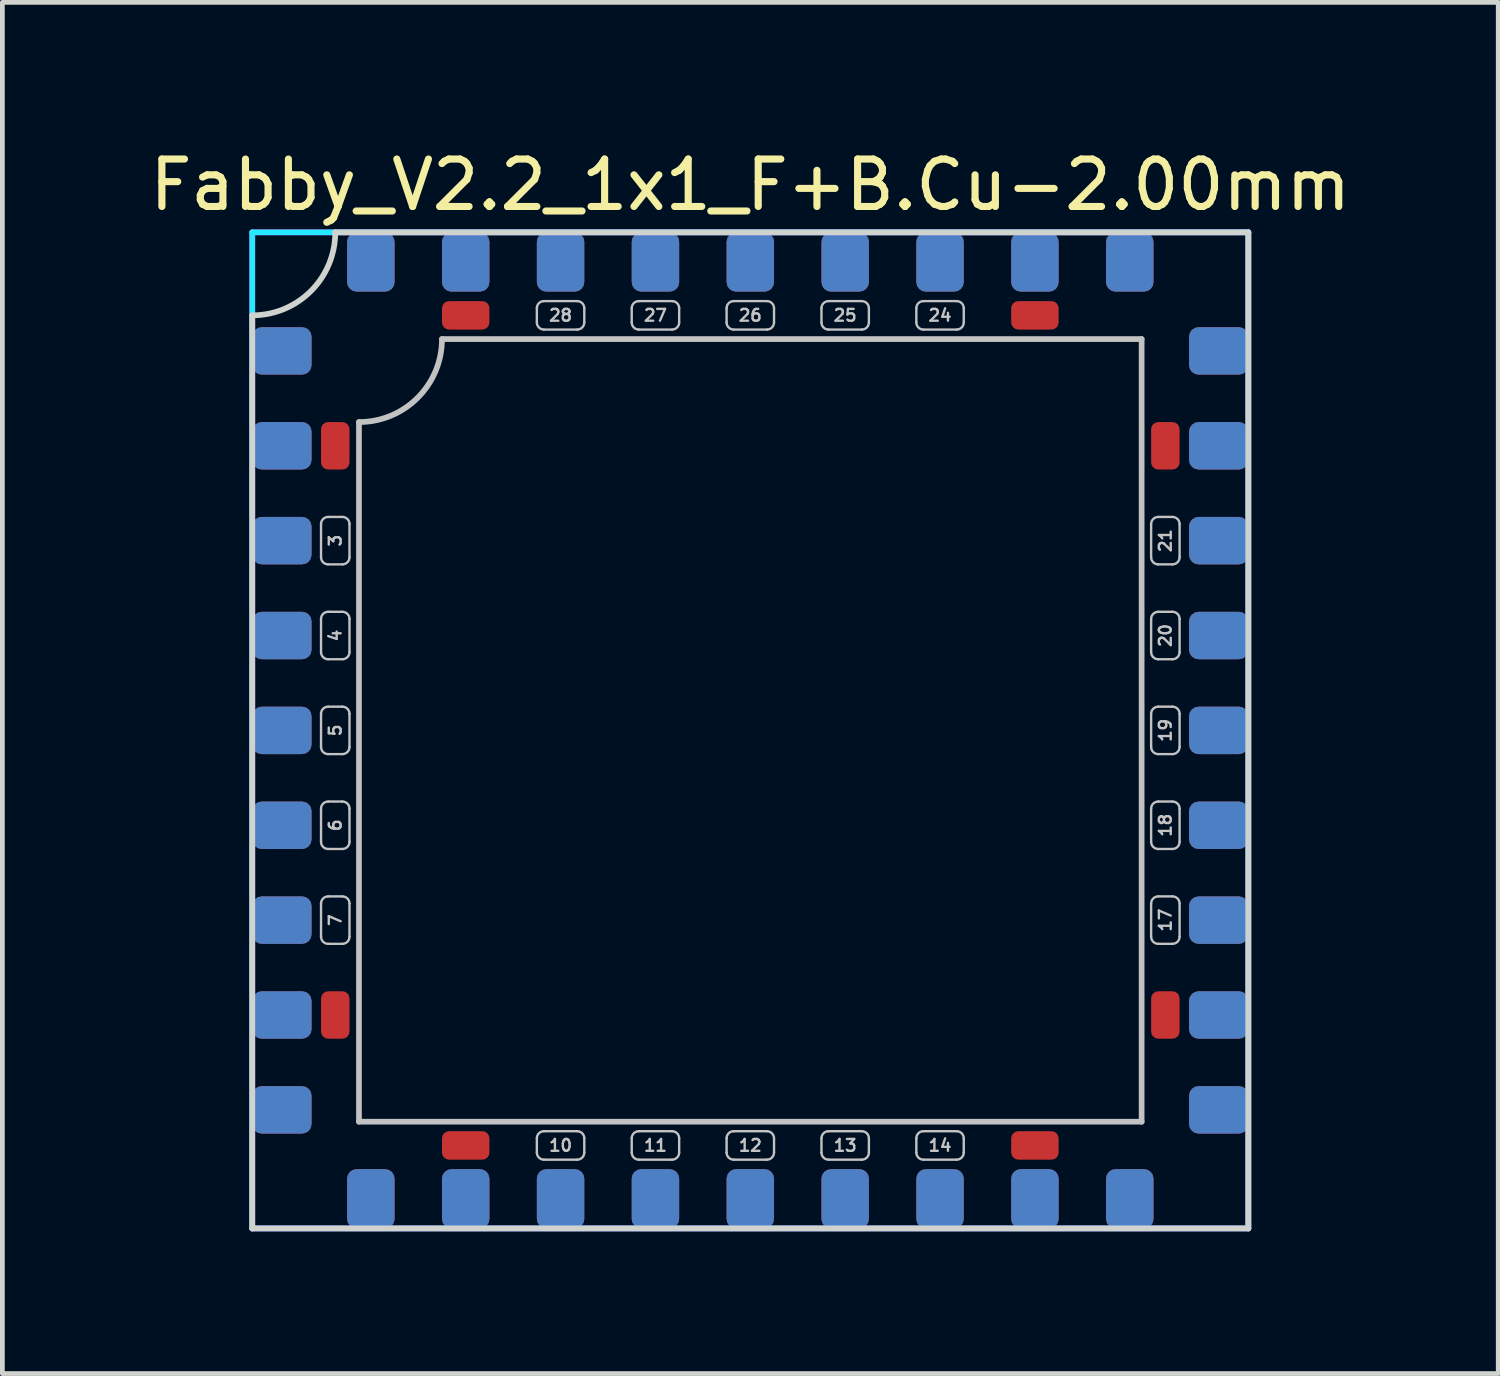
<source format=kicad_pcb>
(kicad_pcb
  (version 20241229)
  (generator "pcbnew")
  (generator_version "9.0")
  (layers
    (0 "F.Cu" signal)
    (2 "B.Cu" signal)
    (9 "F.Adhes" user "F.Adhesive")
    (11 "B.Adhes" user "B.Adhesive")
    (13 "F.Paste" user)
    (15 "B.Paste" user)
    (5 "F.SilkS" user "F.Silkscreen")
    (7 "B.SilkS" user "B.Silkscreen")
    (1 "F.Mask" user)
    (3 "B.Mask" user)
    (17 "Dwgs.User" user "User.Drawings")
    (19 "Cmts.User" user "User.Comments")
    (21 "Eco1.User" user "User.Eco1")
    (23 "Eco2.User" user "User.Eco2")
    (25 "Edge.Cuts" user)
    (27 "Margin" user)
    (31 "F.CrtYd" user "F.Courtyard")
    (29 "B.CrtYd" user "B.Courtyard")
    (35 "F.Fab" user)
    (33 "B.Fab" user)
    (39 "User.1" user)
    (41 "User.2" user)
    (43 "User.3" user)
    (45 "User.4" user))
  (footprint "Fabby_V2.2_1x1_F+B.Cu-2.00mm"
    (layer "F.Cu")
    (at 12.768 12.348)
    (property "Reference" "Fabby_V2.2_1x1_F+B.Cu-2.00mm" (at 0 -11.5 0) (layer "F.SilkS") (effects (font (size 1 1) (thickness 0.15))))
    (attr through_hole)
    (fp_line (start -9.05 -3.65) (end -9.05 -4.35) (stroke (width 0.05) (type solid)) (layer "Dwgs.User"))
    (fp_line (start -9.05 -1.65) (end -9.05 -2.35) (stroke (width 0.05) (type solid)) (layer "Dwgs.User"))
    (fp_line (start -9.05 0.35) (end -9.05 -0.35) (stroke (width 0.05) (type solid)) (layer "Dwgs.User"))
    (fp_line (start -9.05 2.35) (end -9.05 1.65) (stroke (width 0.05) (type solid)) (layer "Dwgs.User"))
    (fp_line (start -9.05 4.35) (end -9.05 3.65) (stroke (width 0.05) (type solid)) (layer "Dwgs.User"))
    (fp_line (start -8.9 -4.5) (end -8.6 -4.5) (stroke (width 0.05) (type solid)) (layer "Dwgs.User"))
    (fp_line (start -8.9 -3.5) (end -8.6 -3.5) (stroke (width 0.05) (type solid)) (layer "Dwgs.User"))
    (fp_line (start -8.9 -2.5) (end -8.6 -2.5) (stroke (width 0.05) (type solid)) (layer "Dwgs.User"))
    (fp_line (start -8.9 -1.5) (end -8.6 -1.5) (stroke (width 0.05) (type solid)) (layer "Dwgs.User"))
    (fp_line (start -8.9 -0.5) (end -8.6 -0.5) (stroke (width 0.05) (type solid)) (layer "Dwgs.User"))
    (fp_line (start -8.9 0.5) (end -8.6 0.5) (stroke (width 0.05) (type solid)) (layer "Dwgs.User"))
    (fp_line (start -8.9 1.5) (end -8.6 1.5) (stroke (width 0.05) (type solid)) (layer "Dwgs.User"))
    (fp_line (start -8.9 2.5) (end -8.6 2.5) (stroke (width 0.05) (type solid)) (layer "Dwgs.User"))
    (fp_line (start -8.9 3.5) (end -8.6 3.5) (stroke (width 0.05) (type solid)) (layer "Dwgs.User"))
    (fp_line (start -8.9 4.5) (end -8.6 4.5) (stroke (width 0.05) (type solid)) (layer "Dwgs.User"))
    (fp_line (start -8.45 -3.65) (end -8.45 -4.35) (stroke (width 0.05) (type solid)) (layer "Dwgs.User"))
    (fp_line (start -8.45 -1.65) (end -8.45 -2.35) (stroke (width 0.05) (type solid)) (layer "Dwgs.User"))
    (fp_line (start -8.45 0.35) (end -8.45 -0.35) (stroke (width 0.05) (type solid)) (layer "Dwgs.User"))
    (fp_line (start -8.45 2.35) (end -8.45 1.65) (stroke (width 0.05) (type solid)) (layer "Dwgs.User"))
    (fp_line (start -8.45 4.35) (end -8.45 3.65) (stroke (width 0.05) (type solid)) (layer "Dwgs.User"))
    (fp_line (start -8.25 8.25) (end -8.25 -6.5) (stroke (width 0.12) (type solid)) (layer "Dwgs.User"))
    (fp_line (start -6.5 -8.25) (end 8.25 -8.25) (stroke (width 0.12) (type solid)) (layer "Dwgs.User"))
    (fp_line (start -4.5 -8.9) (end -4.5 -8.6) (stroke (width 0.05) (type solid)) (layer "Dwgs.User"))
    (fp_line (start -4.5 8.6) (end -4.5 8.9) (stroke (width 0.05) (type solid)) (layer "Dwgs.User"))
    (fp_line (start -4.35 -9.05) (end -3.65 -9.05) (stroke (width 0.05) (type solid)) (layer "Dwgs.User"))
    (fp_line (start -4.35 -8.45) (end -3.65 -8.45) (stroke (width 0.05) (type solid)) (layer "Dwgs.User"))
    (fp_line (start -4.35 8.45) (end -3.65 8.45) (stroke (width 0.05) (type solid)) (layer "Dwgs.User"))
    (fp_line (start -4.35 9.05) (end -3.65 9.05) (stroke (width 0.05) (type solid)) (layer "Dwgs.User"))
    (fp_line (start -3.5 -8.9) (end -3.5 -8.6) (stroke (width 0.05) (type solid)) (layer "Dwgs.User"))
    (fp_line (start -3.5 8.6) (end -3.5 8.9) (stroke (width 0.05) (type solid)) (layer "Dwgs.User"))
    (fp_line (start -2.5 -8.9) (end -2.5 -8.6) (stroke (width 0.05) (type solid)) (layer "Dwgs.User"))
    (fp_line (start -2.5 8.6) (end -2.5 8.9) (stroke (width 0.05) (type solid)) (layer "Dwgs.User"))
    (fp_line (start -2.35 -9.05) (end -1.65 -9.05) (stroke (width 0.05) (type solid)) (layer "Dwgs.User"))
    (fp_line (start -2.35 -8.45) (end -1.65 -8.45) (stroke (width 0.05) (type solid)) (layer "Dwgs.User"))
    (fp_line (start -2.35 8.45) (end -1.65 8.45) (stroke (width 0.05) (type solid)) (layer "Dwgs.User"))
    (fp_line (start -2.35 9.05) (end -1.65 9.05) (stroke (width 0.05) (type solid)) (layer "Dwgs.User"))
    (fp_line (start -1.5 -8.9) (end -1.5 -8.6) (stroke (width 0.05) (type solid)) (layer "Dwgs.User"))
    (fp_line (start -1.5 8.6) (end -1.5 8.9) (stroke (width 0.05) (type solid)) (layer "Dwgs.User"))
    (fp_line (start -0.5 -8.9) (end -0.5 -8.6) (stroke (width 0.05) (type solid)) (layer "Dwgs.User"))
    (fp_line (start -0.5 8.6) (end -0.5 8.9) (stroke (width 0.05) (type solid)) (layer "Dwgs.User"))
    (fp_line (start -0.35 -9.05) (end 0.35 -9.05) (stroke (width 0.05) (type solid)) (layer "Dwgs.User"))
    (fp_line (start -0.35 -8.45) (end 0.35 -8.45) (stroke (width 0.05) (type solid)) (layer "Dwgs.User"))
    (fp_line (start -0.35 8.45) (end 0.35 8.45) (stroke (width 0.05) (type solid)) (layer "Dwgs.User"))
    (fp_line (start -0.35 9.05) (end 0.35 9.05) (stroke (width 0.05) (type solid)) (layer "Dwgs.User"))
    (fp_line (start 0.5 -8.9) (end 0.5 -8.6) (stroke (width 0.05) (type solid)) (layer "Dwgs.User"))
    (fp_line (start 0.5 8.6) (end 0.5 8.9) (stroke (width 0.05) (type solid)) (layer "Dwgs.User"))
    (fp_line (start 1.5 -8.9) (end 1.5 -8.6) (stroke (width 0.05) (type solid)) (layer "Dwgs.User"))
    (fp_line (start 1.5 8.6) (end 1.5 8.9) (stroke (width 0.05) (type solid)) (layer "Dwgs.User"))
    (fp_line (start 1.65 -9.05) (end 2.35 -9.05) (stroke (width 0.05) (type solid)) (layer "Dwgs.User"))
    (fp_line (start 1.65 -8.45) (end 2.35 -8.45) (stroke (width 0.05) (type solid)) (layer "Dwgs.User"))
    (fp_line (start 1.65 8.45) (end 2.35 8.45) (stroke (width 0.05) (type solid)) (layer "Dwgs.User"))
    (fp_line (start 1.65 9.05) (end 2.35 9.05) (stroke (width 0.05) (type solid)) (layer "Dwgs.User"))
    (fp_line (start 2.5 -8.9) (end 2.5 -8.6) (stroke (width 0.05) (type solid)) (layer "Dwgs.User"))
    (fp_line (start 2.5 8.6) (end 2.5 8.9) (stroke (width 0.05) (type solid)) (layer "Dwgs.User"))
    (fp_line (start 3.5 -8.9) (end 3.5 -8.6) (stroke (width 0.05) (type solid)) (layer "Dwgs.User"))
    (fp_line (start 3.5 8.6) (end 3.5 8.9) (stroke (width 0.05) (type solid)) (layer "Dwgs.User"))
    (fp_line (start 3.65 -9.05) (end 4.35 -9.05) (stroke (width 0.05) (type solid)) (layer "Dwgs.User"))
    (fp_line (start 3.65 -8.45) (end 4.35 -8.45) (stroke (width 0.05) (type solid)) (layer "Dwgs.User"))
    (fp_line (start 3.65 8.45) (end 4.35 8.45) (stroke (width 0.05) (type solid)) (layer "Dwgs.User"))
    (fp_line (start 3.65 9.05) (end 4.35 9.05) (stroke (width 0.05) (type solid)) (layer "Dwgs.User"))
    (fp_line (start 4.5 -8.9) (end 4.5 -8.6) (stroke (width 0.05) (type solid)) (layer "Dwgs.User"))
    (fp_line (start 4.5 8.6) (end 4.5 8.9) (stroke (width 0.05) (type solid)) (layer "Dwgs.User"))
    (fp_line (start 8.25 -8.25) (end 8.25 8.25) (stroke (width 0.12) (type solid)) (layer "Dwgs.User"))
    (fp_line (start 8.25 8.25) (end -8.25 8.25) (stroke (width 0.12) (type solid)) (layer "Dwgs.User"))
    (fp_line (start 8.45 -4.35) (end 8.45 -3.65) (stroke (width 0.05) (type solid)) (layer "Dwgs.User"))
    (fp_line (start 8.45 -2.35) (end 8.45 -1.65) (stroke (width 0.05) (type solid)) (layer "Dwgs.User"))
    (fp_line (start 8.45 -0.35) (end 8.45 0.35) (stroke (width 0.05) (type solid)) (layer "Dwgs.User"))
    (fp_line (start 8.45 1.65) (end 8.45 2.35) (stroke (width 0.05) (type solid)) (layer "Dwgs.User"))
    (fp_line (start 8.45 3.65) (end 8.45 4.35) (stroke (width 0.05) (type solid)) (layer "Dwgs.User"))
    (fp_line (start 8.9 -4.5) (end 8.6 -4.5) (stroke (width 0.05) (type solid)) (layer "Dwgs.User"))
    (fp_line (start 8.9 -3.5) (end 8.6 -3.5) (stroke (width 0.05) (type solid)) (layer "Dwgs.User"))
    (fp_line (start 8.9 -2.5) (end 8.6 -2.5) (stroke (width 0.05) (type solid)) (layer "Dwgs.User"))
    (fp_line (start 8.9 -1.5) (end 8.6 -1.5) (stroke (width 0.05) (type solid)) (layer "Dwgs.User"))
    (fp_line (start 8.9 -0.5) (end 8.6 -0.5) (stroke (width 0.05) (type solid)) (layer "Dwgs.User"))
    (fp_line (start 8.9 0.5) (end 8.6 0.5) (stroke (width 0.05) (type solid)) (layer "Dwgs.User"))
    (fp_line (start 8.9 1.5) (end 8.6 1.5) (stroke (width 0.05) (type solid)) (layer "Dwgs.User"))
    (fp_line (start 8.9 2.5) (end 8.6 2.5) (stroke (width 0.05) (type solid)) (layer "Dwgs.User"))
    (fp_line (start 8.9 3.5) (end 8.6 3.5) (stroke (width 0.05) (type solid)) (layer "Dwgs.User"))
    (fp_line (start 8.9 4.5) (end 8.6 4.5) (stroke (width 0.05) (type solid)) (layer "Dwgs.User"))
    (fp_line (start 9.05 -4.35) (end 9.05 -3.65) (stroke (width 0.05) (type solid)) (layer "Dwgs.User"))
    (fp_line (start 9.05 -2.35) (end 9.05 -1.65) (stroke (width 0.05) (type solid)) (layer "Dwgs.User"))
    (fp_line (start 9.05 -0.35) (end 9.05 0.35) (stroke (width 0.05) (type solid)) (layer "Dwgs.User"))
    (fp_line (start 9.05 1.65) (end 9.05 2.35) (stroke (width 0.05) (type solid)) (layer "Dwgs.User"))
    (fp_line (start 9.05 3.65) (end 9.05 4.35) (stroke (width 0.05) (type solid)) (layer "Dwgs.User"))
    (fp_arc (start -9.05 -4.35) (mid -9.006066 -4.456066) (end -8.9 -4.5) (stroke (width 0.05) (type solid)) (layer "Dwgs.User"))
    (fp_arc (start -9.05 -2.35) (mid -9.006066 -2.456066) (end -8.9 -2.5) (stroke (width 0.05) (type solid)) (layer "Dwgs.User"))
    (fp_arc (start -9.05 -0.35) (mid -9.006066 -0.456066) (end -8.9 -0.5) (stroke (width 0.05) (type solid)) (layer "Dwgs.User"))
    (fp_arc (start -9.05 1.65) (mid -9.006066 1.543934) (end -8.9 1.5) (stroke (width 0.05) (type solid)) (layer "Dwgs.User"))
    (fp_arc (start -9.05 3.65) (mid -9.006066 3.543934) (end -8.9 3.5) (stroke (width 0.05) (type solid)) (layer "Dwgs.User"))
    (fp_arc (start -8.9 -3.5) (mid -9.006066 -3.543934) (end -9.05 -3.65) (stroke (width 0.05) (type solid)) (layer "Dwgs.User"))
    (fp_arc (start -8.9 -1.5) (mid -9.006066 -1.543934) (end -9.05 -1.65) (stroke (width 0.05) (type solid)) (layer "Dwgs.User"))
    (fp_arc (start -8.9 0.5) (mid -9.006066 0.456066) (end -9.05 0.35) (stroke (width 0.05) (type solid)) (layer "Dwgs.User"))
    (fp_arc (start -8.9 2.5) (mid -9.006066 2.456066) (end -9.05 2.35) (stroke (width 0.05) (type solid)) (layer "Dwgs.User"))
    (fp_arc (start -8.9 4.5) (mid -9.006066 4.456066) (end -9.05 4.35) (stroke (width 0.05) (type solid)) (layer "Dwgs.User"))
    (fp_arc (start -8.6 -4.5) (mid -8.493934 -4.456066) (end -8.45 -4.35) (stroke (width 0.05) (type solid)) (layer "Dwgs.User"))
    (fp_arc (start -8.6 -2.5) (mid -8.493934 -2.456066) (end -8.45 -2.35) (stroke (width 0.05) (type solid)) (layer "Dwgs.User"))
    (fp_arc (start -8.6 -0.5) (mid -8.493934 -0.456066) (end -8.45 -0.35) (stroke (width 0.05) (type solid)) (layer "Dwgs.User"))
    (fp_arc (start -8.6 1.5) (mid -8.493934 1.543934) (end -8.45 1.65) (stroke (width 0.05) (type solid)) (layer "Dwgs.User"))
    (fp_arc (start -8.6 3.5) (mid -8.493934 3.543934) (end -8.45 3.65) (stroke (width 0.05) (type solid)) (layer "Dwgs.User"))
    (fp_arc (start -8.45 -3.65) (mid -8.493934 -3.543934) (end -8.6 -3.5) (stroke (width 0.05) (type solid)) (layer "Dwgs.User"))
    (fp_arc (start -8.45 -1.65) (mid -8.493934 -1.543934) (end -8.6 -1.5) (stroke (width 0.05) (type solid)) (layer "Dwgs.User"))
    (fp_arc (start -8.45 0.35) (mid -8.493934 0.456066) (end -8.6 0.5) (stroke (width 0.05) (type solid)) (layer "Dwgs.User"))
    (fp_arc (start -8.45 2.35) (mid -8.493934 2.456066) (end -8.6 2.5) (stroke (width 0.05) (type solid)) (layer "Dwgs.User"))
    (fp_arc (start -8.45 4.35) (mid -8.493934 4.456066) (end -8.6 4.5) (stroke (width 0.05) (type solid)) (layer "Dwgs.User"))
    (fp_arc (start -6.5 -8.25) (mid -7.012563 -7.012563) (end -8.25 -6.5) (stroke (width 0.12) (type solid)) (layer "Dwgs.User"))
    (fp_arc (start -4.5 -8.9) (mid -4.456066 -9.006066) (end -4.35 -9.05) (stroke (width 0.05) (type solid)) (layer "Dwgs.User"))
    (fp_arc (start -4.5 8.6) (mid -4.456066 8.493934) (end -4.35 8.45) (stroke (width 0.05) (type solid)) (layer "Dwgs.User"))
    (fp_arc (start -4.35 -8.45) (mid -4.456066 -8.493934) (end -4.5 -8.6) (stroke (width 0.05) (type solid)) (layer "Dwgs.User"))
    (fp_arc (start -4.35 9.05) (mid -4.456066 9.006066) (end -4.5 8.9) (stroke (width 0.05) (type solid)) (layer "Dwgs.User"))
    (fp_arc (start -3.65 -9.05) (mid -3.543934 -9.006066) (end -3.5 -8.9) (stroke (width 0.05) (type solid)) (layer "Dwgs.User"))
    (fp_arc (start -3.65 8.45) (mid -3.543934 8.493934) (end -3.5 8.6) (stroke (width 0.05) (type solid)) (layer "Dwgs.User"))
    (fp_arc (start -3.5 -8.6) (mid -3.543934 -8.493934) (end -3.65 -8.45) (stroke (width 0.05) (type solid)) (layer "Dwgs.User"))
    (fp_arc (start -3.5 8.9) (mid -3.543934 9.006066) (end -3.65 9.05) (stroke (width 0.05) (type solid)) (layer "Dwgs.User"))
    (fp_arc (start -2.5 -8.9) (mid -2.456066 -9.006066) (end -2.35 -9.05) (stroke (width 0.05) (type solid)) (layer "Dwgs.User"))
    (fp_arc (start -2.5 8.6) (mid -2.456066 8.493934) (end -2.35 8.45) (stroke (width 0.05) (type solid)) (layer "Dwgs.User"))
    (fp_arc (start -2.35 -8.45) (mid -2.456066 -8.493934) (end -2.5 -8.6) (stroke (width 0.05) (type solid)) (layer "Dwgs.User"))
    (fp_arc (start -2.35 9.05) (mid -2.456066 9.006066) (end -2.5 8.9) (stroke (width 0.05) (type solid)) (layer "Dwgs.User"))
    (fp_arc (start -1.65 -9.05) (mid -1.543934 -9.006066) (end -1.5 -8.9) (stroke (width 0.05) (type solid)) (layer "Dwgs.User"))
    (fp_arc (start -1.65 8.45) (mid -1.543934 8.493934) (end -1.5 8.6) (stroke (width 0.05) (type solid)) (layer "Dwgs.User"))
    (fp_arc (start -1.5 -8.6) (mid -1.543934 -8.493934) (end -1.65 -8.45) (stroke (width 0.05) (type solid)) (layer "Dwgs.User"))
    (fp_arc (start -1.5 8.9) (mid -1.543934 9.006066) (end -1.65 9.05) (stroke (width 0.05) (type solid)) (layer "Dwgs.User"))
    (fp_arc (start -0.5 -8.9) (mid -0.456066 -9.006066) (end -0.35 -9.05) (stroke (width 0.05) (type solid)) (layer "Dwgs.User"))
    (fp_arc (start -0.5 8.6) (mid -0.456066 8.493934) (end -0.35 8.45) (stroke (width 0.05) (type solid)) (layer "Dwgs.User"))
    (fp_arc (start -0.35 -8.45) (mid -0.456066 -8.493934) (end -0.5 -8.6) (stroke (width 0.05) (type solid)) (layer "Dwgs.User"))
    (fp_arc (start -0.35 9.05) (mid -0.456066 9.006066) (end -0.5 8.9) (stroke (width 0.05) (type solid)) (layer "Dwgs.User"))
    (fp_arc (start 0.35 -9.05) (mid 0.456066 -9.006066) (end 0.5 -8.9) (stroke (width 0.05) (type solid)) (layer "Dwgs.User"))
    (fp_arc (start 0.35 8.45) (mid 0.456066 8.493934) (end 0.5 8.6) (stroke (width 0.05) (type solid)) (layer "Dwgs.User"))
    (fp_arc (start 0.5 -8.6) (mid 0.456066 -8.493934) (end 0.35 -8.45) (stroke (width 0.05) (type solid)) (layer "Dwgs.User"))
    (fp_arc (start 0.5 8.9) (mid 0.456066 9.006066) (end 0.35 9.05) (stroke (width 0.05) (type solid)) (layer "Dwgs.User"))
    (fp_arc (start 1.5 -8.9) (mid 1.543934 -9.006066) (end 1.65 -9.05) (stroke (width 0.05) (type solid)) (layer "Dwgs.User"))
    (fp_arc (start 1.5 8.6) (mid 1.543934 8.493934) (end 1.65 8.45) (stroke (width 0.05) (type solid)) (layer "Dwgs.User"))
    (fp_arc (start 1.65 -8.45) (mid 1.543934 -8.493934) (end 1.5 -8.6) (stroke (width 0.05) (type solid)) (layer "Dwgs.User"))
    (fp_arc (start 1.65 9.05) (mid 1.543934 9.006066) (end 1.5 8.9) (stroke (width 0.05) (type solid)) (layer "Dwgs.User"))
    (fp_arc (start 2.35 -9.05) (mid 2.456066 -9.006066) (end 2.5 -8.9) (stroke (width 0.05) (type solid)) (layer "Dwgs.User"))
    (fp_arc (start 2.35 8.45) (mid 2.456066 8.493934) (end 2.5 8.6) (stroke (width 0.05) (type solid)) (layer "Dwgs.User"))
    (fp_arc (start 2.5 -8.6) (mid 2.456066 -8.493934) (end 2.35 -8.45) (stroke (width 0.05) (type solid)) (layer "Dwgs.User"))
    (fp_arc (start 2.5 8.9) (mid 2.456066 9.006066) (end 2.35 9.05) (stroke (width 0.05) (type solid)) (layer "Dwgs.User"))
    (fp_arc (start 3.5 -8.9) (mid 3.543934 -9.006066) (end 3.65 -9.05) (stroke (width 0.05) (type solid)) (layer "Dwgs.User"))
    (fp_arc (start 3.5 8.6) (mid 3.543934 8.493934) (end 3.65 8.45) (stroke (width 0.05) (type solid)) (layer "Dwgs.User"))
    (fp_arc (start 3.65 -8.45) (mid 3.543934 -8.493934) (end 3.5 -8.6) (stroke (width 0.05) (type solid)) (layer "Dwgs.User"))
    (fp_arc (start 3.65 9.05) (mid 3.543934 9.006066) (end 3.5 8.9) (stroke (width 0.05) (type solid)) (layer "Dwgs.User"))
    (fp_arc (start 4.35 -9.05) (mid 4.456066 -9.006066) (end 4.5 -8.9) (stroke (width 0.05) (type solid)) (layer "Dwgs.User"))
    (fp_arc (start 4.35 8.45) (mid 4.456066 8.493934) (end 4.5 8.6) (stroke (width 0.05) (type solid)) (layer "Dwgs.User"))
    (fp_arc (start 4.5 -8.6) (mid 4.456066 -8.493934) (end 4.35 -8.45) (stroke (width 0.05) (type solid)) (layer "Dwgs.User"))
    (fp_arc (start 4.5 8.9) (mid 4.456066 9.006066) (end 4.35 9.05) (stroke (width 0.05) (type solid)) (layer "Dwgs.User"))
    (fp_arc (start 8.45 -4.35) (mid 8.493934 -4.456066) (end 8.6 -4.5) (stroke (width 0.05) (type solid)) (layer "Dwgs.User"))
    (fp_arc (start 8.45 -2.35) (mid 8.493934 -2.456066) (end 8.6 -2.5) (stroke (width 0.05) (type solid)) (layer "Dwgs.User"))
    (fp_arc (start 8.45 -0.35) (mid 8.493934 -0.456066) (end 8.6 -0.5) (stroke (width 0.05) (type solid)) (layer "Dwgs.User"))
    (fp_arc (start 8.45 1.65) (mid 8.493934 1.543934) (end 8.6 1.5) (stroke (width 0.05) (type solid)) (layer "Dwgs.User"))
    (fp_arc (start 8.45 3.65) (mid 8.493934 3.543934) (end 8.6 3.5) (stroke (width 0.05) (type solid)) (layer "Dwgs.User"))
    (fp_arc (start 8.6 -3.5) (mid 8.493934 -3.543934) (end 8.45 -3.65) (stroke (width 0.05) (type solid)) (layer "Dwgs.User"))
    (fp_arc (start 8.6 -1.5) (mid 8.493934 -1.543934) (end 8.45 -1.65) (stroke (width 0.05) (type solid)) (layer "Dwgs.User"))
    (fp_arc (start 8.6 0.5) (mid 8.493934 0.456066) (end 8.45 0.35) (stroke (width 0.05) (type solid)) (layer "Dwgs.User"))
    (fp_arc (start 8.6 2.5) (mid 8.493934 2.456066) (end 8.45 2.35) (stroke (width 0.05) (type solid)) (layer "Dwgs.User"))
    (fp_arc (start 8.6 4.5) (mid 8.493934 4.456066) (end 8.45 4.35) (stroke (width 0.05) (type solid)) (layer "Dwgs.User"))
    (fp_arc (start 8.9 -4.5) (mid 9.006066 -4.456066) (end 9.05 -4.35) (stroke (width 0.05) (type solid)) (layer "Dwgs.User"))
    (fp_arc (start 8.9 -2.5) (mid 9.006066 -2.456066) (end 9.05 -2.35) (stroke (width 0.05) (type solid)) (layer "Dwgs.User"))
    (fp_arc (start 8.9 -0.5) (mid 9.006066 -0.456066) (end 9.05 -0.35) (stroke (width 0.05) (type solid)) (layer "Dwgs.User"))
    (fp_arc (start 8.9 1.5) (mid 9.006066 1.543934) (end 9.05 1.65) (stroke (width 0.05) (type solid)) (layer "Dwgs.User"))
    (fp_arc (start 8.9 3.5) (mid 9.006066 3.543934) (end 9.05 3.65) (stroke (width 0.05) (type solid)) (layer "Dwgs.User"))
    (fp_arc (start 9.05 -3.65) (mid 9.006066 -3.543934) (end 8.9 -3.5) (stroke (width 0.05) (type solid)) (layer "Dwgs.User"))
    (fp_arc (start 9.05 -1.65) (mid 9.006066 -1.543934) (end 8.9 -1.5) (stroke (width 0.05) (type solid)) (layer "Dwgs.User"))
    (fp_arc (start 9.05 0.35) (mid 9.006066 0.456066) (end 8.9 0.5) (stroke (width 0.05) (type solid)) (layer "Dwgs.User"))
    (fp_arc (start 9.05 2.35) (mid 9.006066 2.456066) (end 8.9 2.5) (stroke (width 0.05) (type solid)) (layer "Dwgs.User"))
    (fp_arc (start 9.05 4.35) (mid 9.006066 4.456066) (end 8.9 4.5) (stroke (width 0.05) (type solid)) (layer "Dwgs.User"))
    (fp_line (start -10.5 -8.75) (end -10.5 10.5) (stroke (width 0.12) (type solid)) (layer "Edge.Cuts"))
    (fp_line (start -10.5 10.5) (end 10.5 10.5) (stroke (width 0.12) (type solid)) (layer "Edge.Cuts"))
    (fp_line (start -8.75 -10.5) (end 10.5 -10.5) (stroke (width 0.12) (type solid)) (layer "Edge.Cuts"))
    (fp_line (start 10.5 -10.5) (end 10.5 10.5) (stroke (width 0.12) (type solid)) (layer "Edge.Cuts"))
    (fp_arc (start -8.75 -10.5) (mid -9.262563 -9.262563) (end -10.5 -8.75) (stroke (width 0.12) (type solid)) (layer "Edge.Cuts"))
    (fp_line (start -10.5 -10.5) (end 10.5 -10.5) (stroke (width 0.12) (type solid)) (layer "B.CrtYd"))
    (fp_line (start -10.5 10.5) (end -10.5 -10.5) (stroke (width 0.12) (type solid)) (layer "B.CrtYd"))
    (fp_line (start -10.5 10.5) (end 10.5 10.5) (stroke (width 0.12) (type solid)) (layer "B.CrtYd"))
    (fp_line (start 10.5 10.5) (end 10.5 -10.5) (stroke (width 0.12) (type solid)) (layer "B.CrtYd"))
    (fp_line (start -10.5 -10.5) (end 10.5 -10.5) (stroke (width 0.12) (type solid)) (layer "F.CrtYd"))
    (fp_line (start -10.5 10.5) (end -10.5 -10.5) (stroke (width 0.12) (type solid)) (layer "F.CrtYd"))
    (fp_line (start -10.5 10.5) (end 10.5 10.5) (stroke (width 0.12) (type solid)) (layer "F.CrtYd"))
    (fp_line (start 10.5 10.5) (end 10.5 -10.5) (stroke (width 0.12) (type solid)) (layer "F.CrtYd"))
    (fp_text user "4" (at -8.75 -2 90) (layer "Dwgs.User") (effects (font (size 0.25 0.25) (thickness 0.05))))
    (fp_text user "13" (at 2 8.75 0) (layer "Dwgs.User") (effects (font (size 0.25 0.25) (thickness 0.05))))
    (fp_text user "27" (at -2 -8.75 0) (layer "Dwgs.User") (effects (font (size 0.25 0.25) (thickness 0.05))))
    (fp_text user "12" (at 0 8.75 0) (layer "Dwgs.User") (effects (font (size 0.25 0.25) (thickness 0.05))))
    (fp_text user "26" (at 0 -8.75 0) (layer "Dwgs.User") (effects (font (size 0.25 0.25) (thickness 0.05))))
    (fp_text user "11" (at -2 8.75 0) (layer "Dwgs.User") (effects (font (size 0.25 0.25) (thickness 0.05))))
    (fp_text user "20" (at 8.75 -2 270) (layer "Dwgs.User") (effects (font (size 0.25 0.25) (thickness 0.05))))
    (fp_text user "19" (at 8.75 0 270) (layer "Dwgs.User") (effects (font (size 0.25 0.25) (thickness 0.05))))
    (fp_text user "6" (at -8.75 2 90) (layer "Dwgs.User") (effects (font (size 0.25 0.25) (thickness 0.05))))
    (fp_text user "21" (at 8.75 -4 270) (layer "Dwgs.User") (effects (font (size 0.25 0.25) (thickness 0.05))))
    (fp_text user "18" (at 8.75 2 270) (layer "Dwgs.User") (effects (font (size 0.25 0.25) (thickness 0.05))))
    (fp_text user "3" (at -8.75 -4 90) (layer "Dwgs.User") (effects (font (size 0.25 0.25) (thickness 0.05))))
    (fp_text user "14" (at 4 8.75 0) (layer "Dwgs.User") (effects (font (size 0.25 0.25) (thickness 0.05))))
    (fp_text user "25" (at 2 -8.75 0) (layer "Dwgs.User") (effects (font (size 0.25 0.25) (thickness 0.05))))
    (fp_text user "7" (at -8.75 4 90) (layer "Dwgs.User") (effects (font (size 0.25 0.25) (thickness 0.05))))
    (fp_text user "5" (at -8.75 0 90) (layer "Dwgs.User") (effects (font (size 0.25 0.25) (thickness 0.05))))
    (fp_text user "10" (at -4 8.75 0) (layer "Dwgs.User") (effects (font (size 0.25 0.25) (thickness 0.05))))
    (fp_text user "17" (at 8.75 4 270) (layer "Dwgs.User") (effects (font (size 0.25 0.25) (thickness 0.05))))
    (fp_text user "24" (at 4 -8.75 0) (layer "Dwgs.User") (effects (font (size 0.25 0.25) (thickness 0.05))))
    (fp_text user "28" (at -4 -8.75 0) (layer "Dwgs.User") (effects (font (size 0.25 0.25) (thickness 0.05))))
    (pad "" smd roundrect (at -10 -6 90) (size 1 1.25) (drill (offset 0 0.125)) (layers "F.Cu" "F.Mask" "F.Paste") (roundrect_rratio 0.2))
    (pad "" smd roundrect (at -10 -6 90) (size 1 1.25) (drill (offset 0 0.125)) (layers "B.Cu" "B.Mask" "B.Paste") (roundrect_rratio 0.2))
    (pad "" smd roundrect (at -10 6 90) (size 1 1.25) (drill (offset 0 0.125)) (layers "F.Cu" "F.Mask" "F.Paste") (roundrect_rratio 0.2))
    (pad "" smd roundrect (at -10 6 90) (size 1 1.25) (drill (offset 0 0.125)) (layers "B.Cu" "B.Mask" "B.Paste") (roundrect_rratio 0.2))
    (pad "" smd roundrect (at -6 -10) (size 1 1.25) (drill (offset 0 0.125)) (layers "F.Cu" "F.Mask" "F.Paste") (roundrect_rratio 0.2))
    (pad "" smd roundrect (at -6 -10) (size 1 1.25) (drill (offset 0 0.125)) (layers "B.Cu" "B.Mask" "B.Paste") (roundrect_rratio 0.2))
    (pad "" smd roundrect (at -6 10 180) (size 1 1.25) (drill (offset 0 0.125)) (layers "F.Cu" "F.Mask" "F.Paste") (roundrect_rratio 0.2))
    (pad "" smd roundrect (at -6 10 180) (size 1 1.25) (drill (offset 0 0.125)) (layers "B.Cu" "B.Mask" "B.Paste") (roundrect_rratio 0.2))
    (pad "" smd roundrect (at 6 -10) (size 1 1.25) (drill (offset 0 0.125)) (layers "F.Cu" "F.Mask" "F.Paste") (roundrect_rratio 0.2))
    (pad "" smd roundrect (at 6 -10) (size 1 1.25) (drill (offset 0 0.125)) (layers "B.Cu" "B.Mask" "B.Paste") (roundrect_rratio 0.2))
    (pad "" smd roundrect (at 6 10 180) (size 1 1.25) (drill (offset 0 0.125)) (layers "F.Cu" "F.Mask" "F.Paste") (roundrect_rratio 0.2))
    (pad "" smd roundrect (at 6 10 180) (size 1 1.25) (drill (offset 0 0.125)) (layers "B.Cu" "B.Mask" "B.Paste") (roundrect_rratio 0.2))
    (pad "" smd roundrect (at 10 -6 270) (size 1 1.25) (drill (offset 0 0.125)) (layers "F.Cu" "F.Mask" "F.Paste") (roundrect_rratio 0.2))
    (pad "" smd roundrect (at 10 -6 270) (size 1 1.25) (drill (offset 0 0.125)) (layers "B.Cu" "B.Mask" "B.Paste") (roundrect_rratio 0.2))
    (pad "" smd roundrect (at 10 6 270) (size 1 1.25) (drill (offset 0 0.125)) (layers "F.Cu" "F.Mask" "F.Paste") (roundrect_rratio 0.2))
    (pad "" smd roundrect (at 10 6 270) (size 1 1.25) (drill (offset 0 0.125)) (layers "B.Cu" "B.Mask" "B.Paste") (roundrect_rratio 0.2))
    (pad "1" smd roundrect (at -10 -8 90) (size 1 1.25) (drill (offset 0 0.125)) (layers "F.Cu" "F.Mask" "F.Paste") (roundrect_rratio 0.2))
    (pad "1" smd roundrect (at -10 -8 90) (size 1 1.25) (drill (offset 0 0.125)) (layers "B.Cu" "B.Mask" "B.Paste") (roundrect_rratio 0.2))
    (pad "1" smd roundrect (at -10 8 90) (size 1 1.25) (drill (offset 0 0.125)) (layers "F.Cu" "F.Mask" "F.Paste") (roundrect_rratio 0.2))
    (pad "1" smd roundrect (at -10 8 90) (size 1 1.25) (drill (offset 0 0.125)) (layers "B.Cu" "B.Mask" "B.Paste") (roundrect_rratio 0.2))
    (pad "1" smd roundrect (at -8 -10) (size 1 1.25) (drill (offset 0 0.125)) (layers "F.Cu" "F.Mask" "F.Paste") (roundrect_rratio 0.2))
    (pad "1" smd roundrect (at -8 -10) (size 1 1.25) (drill (offset 0 0.125)) (layers "B.Cu" "B.Mask" "B.Paste") (roundrect_rratio 0.2))
    (pad "1" smd roundrect (at -8 10 180) (size 1 1.25) (drill (offset 0 0.125)) (layers "F.Cu" "F.Mask" "F.Paste") (roundrect_rratio 0.2))
    (pad "1" smd roundrect (at -8 10 180) (size 1 1.25) (drill (offset 0 0.125)) (layers "B.Cu" "B.Mask" "B.Paste") (roundrect_rratio 0.2))
    (pad "1" smd roundrect (at 8 -10) (size 1 1.25) (drill (offset 0 0.125)) (layers "F.Cu" "F.Mask" "F.Paste") (roundrect_rratio 0.2))
    (pad "1" smd roundrect (at 8 -10) (size 1 1.25) (drill (offset 0 0.125)) (layers "B.Cu" "B.Mask" "B.Paste") (roundrect_rratio 0.2))
    (pad "1" smd roundrect (at 8 10 180) (size 1 1.25) (drill (offset 0 0.125)) (layers "F.Cu" "F.Mask" "F.Paste") (roundrect_rratio 0.2))
    (pad "1" smd roundrect (at 8 10 180) (size 1 1.25) (drill (offset 0 0.125)) (layers "B.Cu" "B.Mask" "B.Paste") (roundrect_rratio 0.2))
    (pad "1" smd roundrect (at 10 -8 270) (size 1 1.25) (drill (offset 0 0.125)) (layers "F.Cu" "F.Mask" "F.Paste") (roundrect_rratio 0.2))
    (pad "1" smd roundrect (at 10 -8 270) (size 1 1.25) (drill (offset 0 0.125)) (layers "B.Cu" "B.Mask" "B.Paste") (roundrect_rratio 0.2))
    (pad "1" smd roundrect (at 10 8 270) (size 1 1.25) (drill (offset 0 0.125)) (layers "F.Cu" "F.Mask" "F.Paste") (roundrect_rratio 0.2))
    (pad "1" smd roundrect (at 10 8 270) (size 1 1.25) (drill (offset 0 0.125)) (layers "B.Cu" "B.Mask" "B.Paste") (roundrect_rratio 0.2))
    (pad "2" smd roundrect (at -8.75 -6) (size 0.6 1) (layers "F.Cu" "F.Mask" "F.Paste") (roundrect_rratio 0.25))
    (pad "3" smd roundrect (at -10 -4 90) (size 1 1.25) (drill (offset 0 0.125)) (layers "F.Cu" "F.Mask" "F.Paste") (roundrect_rratio 0.2))
    (pad "3" smd roundrect (at -10 -4 90) (size 1 1.25) (drill (offset 0 0.125)) (layers "B.Cu" "B.Mask" "B.Paste") (roundrect_rratio 0.2))
    (pad "4" smd roundrect (at -10 -2 90) (size 1 1.25) (drill (offset 0 0.125)) (layers "F.Cu" "F.Mask" "F.Paste") (roundrect_rratio 0.2))
    (pad "4" smd roundrect (at -10 -2 90) (size 1 1.25) (drill (offset 0 0.125)) (layers "B.Cu" "B.Mask" "B.Paste") (roundrect_rratio 0.2))
    (pad "5" smd roundrect (at -10 0 90) (size 1 1.25) (drill (offset 0 0.125)) (layers "F.Cu" "F.Mask" "F.Paste") (roundrect_rratio 0.2))
    (pad "5" smd roundrect (at -10 0 90) (size 1 1.25) (drill (offset 0 0.125)) (layers "B.Cu" "B.Mask" "B.Paste") (roundrect_rratio 0.2))
    (pad "6" smd roundrect (at -10 2 90) (size 1 1.25) (drill (offset 0 0.125)) (layers "F.Cu" "F.Mask" "F.Paste") (roundrect_rratio 0.2))
    (pad "6" smd roundrect (at -10 2 90) (size 1 1.25) (drill (offset 0 0.125)) (layers "B.Cu" "B.Mask" "B.Paste") (roundrect_rratio 0.2))
    (pad "7" smd roundrect (at -10 4 90) (size 1 1.25) (drill (offset 0 0.125)) (layers "F.Cu" "F.Mask" "F.Paste") (roundrect_rratio 0.2))
    (pad "7" smd roundrect (at -10 4 90) (size 1 1.25) (drill (offset 0 0.125)) (layers "B.Cu" "B.Mask" "B.Paste") (roundrect_rratio 0.2))
    (pad "8" smd roundrect (at -8.75 6) (size 0.6 1) (layers "F.Cu" "F.Mask" "F.Paste") (roundrect_rratio 0.25))
    (pad "9" smd roundrect (at -6 8.75 90) (size 0.6 1) (layers "F.Cu" "F.Mask" "F.Paste") (roundrect_rratio 0.25))
    (pad "10" smd roundrect (at -4 10 180) (size 1 1.25) (drill (offset 0 0.125)) (layers "F.Cu" "F.Mask" "F.Paste") (roundrect_rratio 0.2))
    (pad "10" smd roundrect (at -4 10 180) (size 1 1.25) (drill (offset 0 0.125)) (layers "B.Cu" "B.Mask" "B.Paste") (roundrect_rratio 0.2))
    (pad "11" smd roundrect (at -2 10 180) (size 1 1.25) (drill (offset 0 0.125)) (layers "F.Cu" "F.Mask" "F.Paste") (roundrect_rratio 0.2))
    (pad "11" smd roundrect (at -2 10 180) (size 1 1.25) (drill (offset 0 0.125)) (layers "B.Cu" "B.Mask" "B.Paste") (roundrect_rratio 0.2))
    (pad "12" smd roundrect (at 0 10 180) (size 1 1.25) (drill (offset 0 0.125)) (layers "F.Cu" "F.Mask" "F.Paste") (roundrect_rratio 0.2))
    (pad "12" smd roundrect (at 0 10 180) (size 1 1.25) (drill (offset 0 0.125)) (layers "B.Cu" "B.Mask" "B.Paste") (roundrect_rratio 0.2))
    (pad "13" smd roundrect (at 2 10 180) (size 1 1.25) (drill (offset 0 0.125)) (layers "F.Cu" "F.Mask" "F.Paste") (roundrect_rratio 0.2))
    (pad "13" smd roundrect (at 2 10 180) (size 1 1.25) (drill (offset 0 0.125)) (layers "B.Cu" "B.Mask" "B.Paste") (roundrect_rratio 0.2))
    (pad "14" smd roundrect (at 4 10 180) (size 1 1.25) (drill (offset 0 0.125)) (layers "F.Cu" "F.Mask" "F.Paste") (roundrect_rratio 0.2))
    (pad "14" smd roundrect (at 4 10 180) (size 1 1.25) (drill (offset 0 0.125)) (layers "B.Cu" "B.Mask" "B.Paste") (roundrect_rratio 0.2))
    (pad "15" smd roundrect (at 6 8.75 90) (size 0.6 1) (layers "F.Cu" "F.Mask" "F.Paste") (roundrect_rratio 0.25))
    (pad "16" smd roundrect (at 8.75 6 180) (size 0.6 1) (layers "F.Cu" "F.Mask" "F.Paste") (roundrect_rratio 0.25))
    (pad "17" smd roundrect (at 10 4 270) (size 1 1.25) (drill (offset 0 0.125)) (layers "F.Cu" "F.Mask" "F.Paste") (roundrect_rratio 0.2))
    (pad "17" smd roundrect (at 10 4 270) (size 1 1.25) (drill (offset 0 0.125)) (layers "B.Cu" "B.Mask" "B.Paste") (roundrect_rratio 0.2))
    (pad "18" smd roundrect (at 10 2 270) (size 1 1.25) (drill (offset 0 0.125)) (layers "F.Cu" "F.Mask" "F.Paste") (roundrect_rratio 0.2))
    (pad "18" smd roundrect (at 10 2 270) (size 1 1.25) (drill (offset 0 0.125)) (layers "B.Cu" "B.Mask" "B.Paste") (roundrect_rratio 0.2))
    (pad "19" smd roundrect (at 10 0 270) (size 1 1.25) (drill (offset 0 0.125)) (layers "F.Cu" "F.Mask" "F.Paste") (roundrect_rratio 0.2))
    (pad "19" smd roundrect (at 10 0 270) (size 1 1.25) (drill (offset 0 0.125)) (layers "B.Cu" "B.Mask" "B.Paste") (roundrect_rratio 0.2))
    (pad "20" smd roundrect (at 10 -2 270) (size 1 1.25) (drill (offset 0 0.125)) (layers "F.Cu" "F.Mask" "F.Paste") (roundrect_rratio 0.2))
    (pad "20" smd roundrect (at 10 -2 270) (size 1 1.25) (drill (offset 0 0.125)) (layers "B.Cu" "B.Mask" "B.Paste") (roundrect_rratio 0.2))
    (pad "21" smd roundrect (at 10 -4 270) (size 1 1.25) (drill (offset 0 0.125)) (layers "F.Cu" "F.Mask" "F.Paste") (roundrect_rratio 0.2))
    (pad "21" smd roundrect (at 10 -4 270) (size 1 1.25) (drill (offset 0 0.125)) (layers "B.Cu" "B.Mask" "B.Paste") (roundrect_rratio 0.2))
    (pad "22" smd roundrect (at 8.75 -6 180) (size 0.6 1) (layers "F.Cu" "F.Mask" "F.Paste") (roundrect_rratio 0.25))
    (pad "23" smd roundrect (at 6 -8.75 270) (size 0.6 1) (layers "F.Cu" "F.Mask" "F.Paste") (roundrect_rratio 0.25))
    (pad "24" smd roundrect (at 4 -10) (size 1 1.25) (drill (offset 0 0.125)) (layers "F.Cu" "F.Mask" "F.Paste") (roundrect_rratio 0.2))
    (pad "24" smd roundrect (at 4 -10) (size 1 1.25) (drill (offset 0 0.125)) (layers "B.Cu" "B.Mask" "B.Paste") (roundrect_rratio 0.2))
    (pad "25" smd roundrect (at 2 -10) (size 1 1.25) (drill (offset 0 0.125)) (layers "F.Cu" "F.Mask" "F.Paste") (roundrect_rratio 0.2))
    (pad "25" smd roundrect (at 2 -10) (size 1 1.25) (drill (offset 0 0.125)) (layers "B.Cu" "B.Mask" "B.Paste") (roundrect_rratio 0.2))
    (pad "26" smd roundrect (at 0 -10) (size 1 1.25) (drill (offset 0 0.125)) (layers "F.Cu" "F.Mask" "F.Paste") (roundrect_rratio 0.2))
    (pad "26" smd roundrect (at 0 -10) (size 1 1.25) (drill (offset 0 0.125)) (layers "B.Cu" "B.Mask" "B.Paste") (roundrect_rratio 0.2))
    (pad "27" smd roundrect (at -2 -10) (size 1 1.25) (drill (offset 0 0.125)) (layers "F.Cu" "F.Mask" "F.Paste") (roundrect_rratio 0.2))
    (pad "27" smd roundrect (at -2 -10) (size 1 1.25) (drill (offset 0 0.125)) (layers "B.Cu" "B.Mask" "B.Paste") (roundrect_rratio 0.2))
    (pad "28" smd roundrect (at -4 -10) (size 1 1.25) (drill (offset 0 0.125)) (layers "F.Cu" "F.Mask" "F.Paste") (roundrect_rratio 0.2))
    (pad "28" smd roundrect (at -4 -10) (size 1 1.25) (drill (offset 0 0.125)) (layers "B.Cu" "B.Mask" "B.Paste") (roundrect_rratio 0.2))
    (pad "29" smd roundrect (at -6 -8.75 270) (size 0.6 1) (layers "F.Cu" "F.Mask" "F.Paste") (roundrect_rratio 0.25)))
  (gr_rect
    (start -3 -3)
    (end 28.536 25.908)
    (stroke (width 0.1) (type default))
    (fill no)
    (layer "Edge.Cuts")))
</source>
